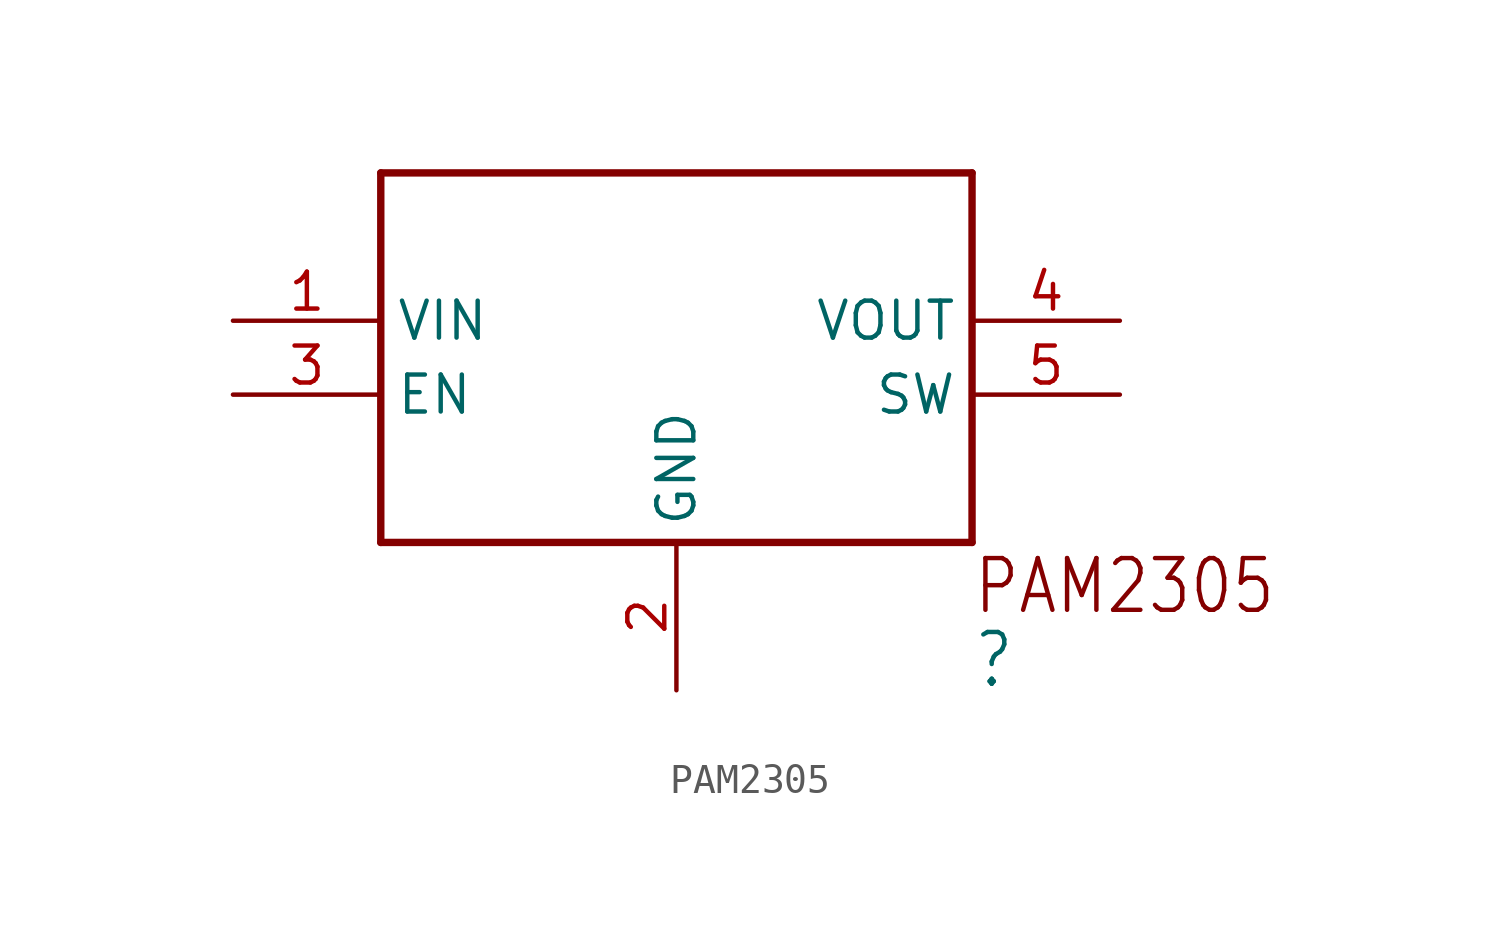
<source format=kicad_sym>
(kicad_symbol_lib
  (version 20220331)
  (generator kicad_symbol_editor)
  (symbol "PAM2305"
    (property "Reference" ""
      (at 10.16 -12.7 0)
      (effects (font (size 1.778 1.511)) (justify left bottom)))
    (property "ki_locked" ""
      (at 0 0 0)
      (effects (font (size 1.27 1.27))))
    (symbol "PAM2305_1_0"
      (polyline (pts (xy -10.16 -7.62) (xy -10.16 5.08)) (stroke (width 0.254) (type solid)) (fill (type none)))
      (polyline (pts (xy -10.16 5.08) (xy 10.16 5.08)) (stroke (width 0.254) (type solid)) (fill (type none)))
      (polyline (pts (xy 10.16 -7.62) (xy -10.16 -7.62)) (stroke (width 0.254) (type solid)) (fill (type none)))
      (polyline (pts (xy 10.16 5.08) (xy 10.16 -7.62)) (stroke (width 0.254) (type solid)) (fill (type none)))
      (text "PAM2305" (at 10.16 -10.16 0) (effects (font (size 1.778 1.511)) (justify left bottom)))
      (pin bidirectional line (at -15.24 0 0) (length 5.08) (name "VIN" (effects (font (size 1.27 1.27)))) (number "1" (effects (font (size 1.27 1.27)))))
      (pin bidirectional line (at 0 -12.7 90) (length 5.08) (name "GND" (effects (font (size 1.27 1.27)))) (number "2" (effects (font (size 1.27 1.27)))))
      (pin bidirectional line (at -15.24 -2.54 0) (length 5.08) (name "EN" (effects (font (size 1.27 1.27)))) (number "3" (effects (font (size 1.27 1.27)))))
      (pin bidirectional line (at 15.24 0 180) (length 5.08) (name "VOUT" (effects (font (size 1.27 1.27)))) (number "4" (effects (font (size 1.27 1.27)))))
      (pin bidirectional line (at 15.24 -2.54 180) (length 5.08) (name "SW" (effects (font (size 1.27 1.27)))) (number "5" (effects (font (size 1.27 1.27))))))))
</source>
